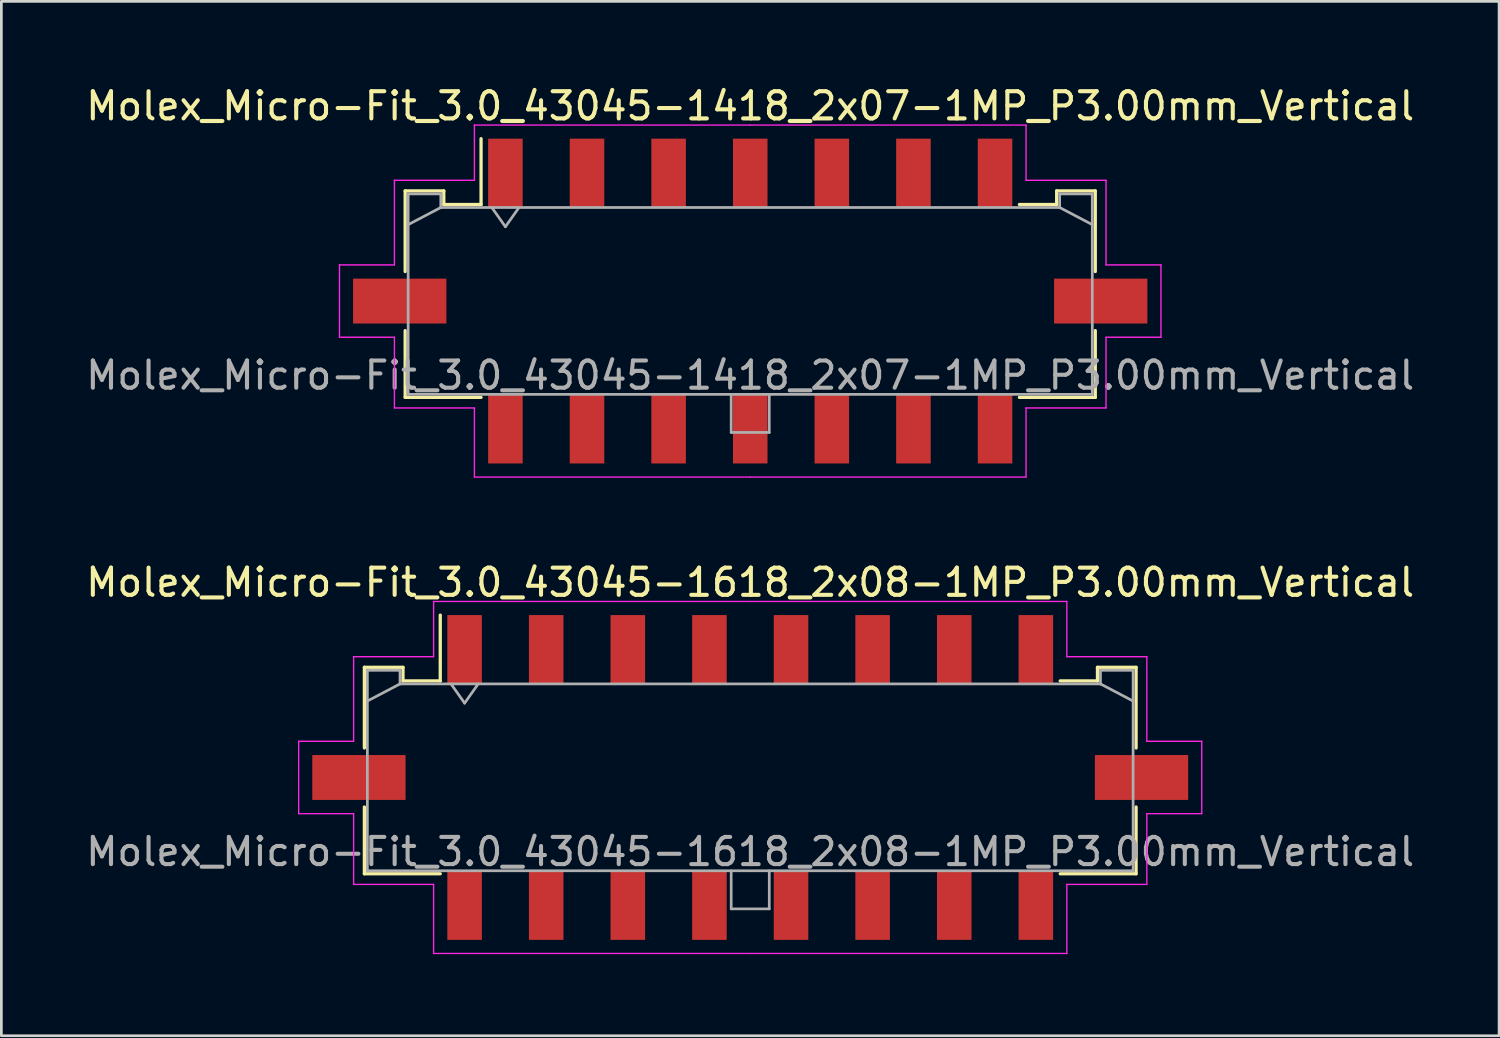
<source format=kicad_pcb>
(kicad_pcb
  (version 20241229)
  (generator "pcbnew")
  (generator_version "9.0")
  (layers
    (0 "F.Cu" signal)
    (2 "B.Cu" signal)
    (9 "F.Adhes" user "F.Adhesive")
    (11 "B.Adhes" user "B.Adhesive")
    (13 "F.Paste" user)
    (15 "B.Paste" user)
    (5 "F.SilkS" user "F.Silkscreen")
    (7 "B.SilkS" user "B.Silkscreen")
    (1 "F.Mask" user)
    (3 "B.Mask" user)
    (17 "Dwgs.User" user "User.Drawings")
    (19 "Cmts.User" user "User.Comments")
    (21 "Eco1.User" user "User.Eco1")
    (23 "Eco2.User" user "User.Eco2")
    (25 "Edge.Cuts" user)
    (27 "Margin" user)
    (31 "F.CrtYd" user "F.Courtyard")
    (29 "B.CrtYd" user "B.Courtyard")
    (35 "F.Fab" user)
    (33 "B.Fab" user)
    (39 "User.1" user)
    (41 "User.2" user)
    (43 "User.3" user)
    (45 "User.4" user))
  (footprint "Molex_Micro-Fit_3.0_43045-1418_2x07-1MP_P3.00mm_Vertical"
    (layer "F.Cu")
    (at 24.53 8.018)
    (property "Reference" "Molex_Micro-Fit_3.0_43045-1418_2x07-1MP_P3.00mm_Vertical" (at 0 -7.17 0) (layer "F.SilkS") (effects (font (size 1 1) (thickness 0.15))))
    (attr smd)
    (fp_line (start -12.685 -4.05) (end -11.265 -4.05) (stroke (width 0.12) (type solid)) (layer "F.SilkS"))
    (fp_line (start -12.685 -1.085) (end -12.685 -4.05) (stroke (width 0.12) (type solid)) (layer "F.SilkS"))
    (fp_line (start -12.685 1.085) (end -12.685 3.54) (stroke (width 0.12) (type solid)) (layer "F.SilkS"))
    (fp_line (start -12.685 3.54) (end -9.895 3.54) (stroke (width 0.12) (type solid)) (layer "F.SilkS"))
    (fp_line (start -11.265 -4.05) (end -11.265 -3.55) (stroke (width 0.12) (type solid)) (layer "F.SilkS"))
    (fp_line (start -11.265 -3.55) (end -9.895 -3.55) (stroke (width 0.12) (type solid)) (layer "F.SilkS"))
    (fp_line (start -9.895 -3.55) (end -9.895 -5.97) (stroke (width 0.12) (type solid)) (layer "F.SilkS"))
    (fp_line (start 11.265 -4.05) (end 11.265 -3.55) (stroke (width 0.12) (type solid)) (layer "F.SilkS"))
    (fp_line (start 11.265 -3.55) (end 9.895 -3.55) (stroke (width 0.12) (type solid)) (layer "F.SilkS"))
    (fp_line (start 12.685 -4.05) (end 11.265 -4.05) (stroke (width 0.12) (type solid)) (layer "F.SilkS"))
    (fp_line (start 12.685 -1.085) (end 12.685 -4.05) (stroke (width 0.12) (type solid)) (layer "F.SilkS"))
    (fp_line (start 12.685 1.085) (end 12.685 3.54) (stroke (width 0.12) (type solid)) (layer "F.SilkS"))
    (fp_line (start 12.685 3.54) (end 9.895 3.54) (stroke (width 0.12) (type solid)) (layer "F.SilkS"))
    (fp_line (start -15.1 -1.33) (end -15.1 1.33) (stroke (width 0.05) (type solid)) (layer "F.CrtYd"))
    (fp_line (start -15.1 1.33) (end -13.08 1.33) (stroke (width 0.05) (type solid)) (layer "F.CrtYd"))
    (fp_line (start -13.08 -4.44) (end -13.08 -1.33) (stroke (width 0.05) (type solid)) (layer "F.CrtYd"))
    (fp_line (start -13.08 -1.33) (end -15.1 -1.33) (stroke (width 0.05) (type solid)) (layer "F.CrtYd"))
    (fp_line (start -13.08 1.33) (end -13.08 3.93) (stroke (width 0.05) (type solid)) (layer "F.CrtYd"))
    (fp_line (start -13.08 3.93) (end -10.14 3.93) (stroke (width 0.05) (type solid)) (layer "F.CrtYd"))
    (fp_line (start -10.14 -6.47) (end -10.14 -4.44) (stroke (width 0.05) (type solid)) (layer "F.CrtYd"))
    (fp_line (start -10.14 -4.44) (end -13.08 -4.44) (stroke (width 0.05) (type solid)) (layer "F.CrtYd"))
    (fp_line (start -10.14 3.93) (end -10.14 6.47) (stroke (width 0.05) (type solid)) (layer "F.CrtYd"))
    (fp_line (start -10.14 6.47) (end 0 6.47) (stroke (width 0.05) (type solid)) (layer "F.CrtYd"))
    (fp_line (start 0 -6.47) (end -10.14 -6.47) (stroke (width 0.05) (type solid)) (layer "F.CrtYd"))
    (fp_line (start 0 -6.47) (end 10.14 -6.47) (stroke (width 0.05) (type solid)) (layer "F.CrtYd"))
    (fp_line (start 10.14 -6.47) (end 10.14 -4.44) (stroke (width 0.05) (type solid)) (layer "F.CrtYd"))
    (fp_line (start 10.14 -4.44) (end 13.08 -4.44) (stroke (width 0.05) (type solid)) (layer "F.CrtYd"))
    (fp_line (start 10.14 3.93) (end 10.14 6.47) (stroke (width 0.05) (type solid)) (layer "F.CrtYd"))
    (fp_line (start 10.14 6.47) (end 0 6.47) (stroke (width 0.05) (type solid)) (layer "F.CrtYd"))
    (fp_line (start 13.08 -4.44) (end 13.08 -1.33) (stroke (width 0.05) (type solid)) (layer "F.CrtYd"))
    (fp_line (start 13.08 -1.33) (end 15.1 -1.33) (stroke (width 0.05) (type solid)) (layer "F.CrtYd"))
    (fp_line (start 13.08 1.33) (end 13.08 3.93) (stroke (width 0.05) (type solid)) (layer "F.CrtYd"))
    (fp_line (start 13.08 3.93) (end 10.14 3.93) (stroke (width 0.05) (type solid)) (layer "F.CrtYd"))
    (fp_line (start 15.1 -1.33) (end 15.1 1.33) (stroke (width 0.05) (type solid)) (layer "F.CrtYd"))
    (fp_line (start 15.1 1.33) (end 13.08 1.33) (stroke (width 0.05) (type solid)) (layer "F.CrtYd"))
    (fp_line (start -12.575 -3.94) (end -12.575 3.43) (stroke (width 0.1) (type solid)) (layer "F.Fab"))
    (fp_line (start -12.575 -2.81) (end -11.375 -3.44) (stroke (width 0.1) (type solid)) (layer "F.Fab"))
    (fp_line (start -12.575 3.43) (end 12.575 3.43) (stroke (width 0.1) (type solid)) (layer "F.Fab"))
    (fp_line (start -11.375 -3.94) (end -12.575 -3.94) (stroke (width 0.1) (type solid)) (layer "F.Fab"))
    (fp_line (start -11.375 -3.44) (end -11.375 -3.94) (stroke (width 0.1) (type solid)) (layer "F.Fab"))
    (fp_line (start -9.5 -3.44) (end -9 -2.733) (stroke (width 0.1) (type solid)) (layer "F.Fab"))
    (fp_line (start -9 -2.733) (end -8.5 -3.44) (stroke (width 0.1) (type solid)) (layer "F.Fab"))
    (fp_line (start -0.7 3.43) (end -0.7 4.83) (stroke (width 0.1) (type solid)) (layer "F.Fab"))
    (fp_line (start -0.7 4.83) (end 0.7 4.83) (stroke (width 0.1) (type solid)) (layer "F.Fab"))
    (fp_line (start 0.7 4.83) (end 0.7 3.43) (stroke (width 0.1) (type solid)) (layer "F.Fab"))
    (fp_line (start 11.375 -3.94) (end 11.375 -3.44) (stroke (width 0.1) (type solid)) (layer "F.Fab"))
    (fp_line (start 11.375 -3.44) (end -11.375 -3.44) (stroke (width 0.1) (type solid)) (layer "F.Fab"))
    (fp_line (start 12.575 -3.94) (end 11.375 -3.94) (stroke (width 0.1) (type solid)) (layer "F.Fab"))
    (fp_line (start 12.575 -2.81) (end 11.375 -3.44) (stroke (width 0.1) (type solid)) (layer "F.Fab"))
    (fp_line (start 12.575 3.43) (end 12.575 -3.94) (stroke (width 0.1) (type solid)) (layer "F.Fab"))
    (fp_text user "${REFERENCE}" (at 0 2.73 0) (layer "F.Fab") (effects (font (size 1 1) (thickness 0.15))))
    (pad "1" smd rect (at -9 -4.7) (size 1.27 2.54) (layers "F.Cu" "F.Mask" "F.Paste"))
    (pad "2" smd rect (at -6 -4.7) (size 1.27 2.54) (layers "F.Cu" "F.Mask" "F.Paste"))
    (pad "3" smd rect (at -3 -4.7) (size 1.27 2.54) (layers "F.Cu" "F.Mask" "F.Paste"))
    (pad "4" smd rect (at 0 -4.7) (size 1.27 2.54) (layers "F.Cu" "F.Mask" "F.Paste"))
    (pad "5" smd rect (at 3 -4.7) (size 1.27 2.54) (layers "F.Cu" "F.Mask" "F.Paste"))
    (pad "6" smd rect (at 6 -4.7) (size 1.27 2.54) (layers "F.Cu" "F.Mask" "F.Paste"))
    (pad "7" smd rect (at 9 -4.7) (size 1.27 2.54) (layers "F.Cu" "F.Mask" "F.Paste"))
    (pad "8" smd rect (at -9 4.7) (size 1.27 2.54) (layers "F.Cu" "F.Mask" "F.Paste"))
    (pad "9" smd rect (at -6 4.7) (size 1.27 2.54) (layers "F.Cu" "F.Mask" "F.Paste"))
    (pad "10" smd rect (at -3 4.7) (size 1.27 2.54) (layers "F.Cu" "F.Mask" "F.Paste"))
    (pad "11" smd rect (at 0 4.7) (size 1.27 2.54) (layers "F.Cu" "F.Mask" "F.Paste"))
    (pad "12" smd rect (at 3 4.7) (size 1.27 2.54) (layers "F.Cu" "F.Mask" "F.Paste"))
    (pad "13" smd rect (at 6 4.7) (size 1.27 2.54) (layers "F.Cu" "F.Mask" "F.Paste"))
    (pad "14" smd rect (at 9 4.7) (size 1.27 2.54) (layers "F.Cu" "F.Mask" "F.Paste"))
    (pad "MP" smd rect (at -12.885 0) (size 3.43 1.65) (layers "F.Cu" "F.Mask" "F.Paste"))
    (pad "MP" smd rect (at 12.885 0) (size 3.43 1.65) (layers "F.Cu" "F.Mask" "F.Paste")))
  (footprint "Molex_Micro-Fit_3.0_43045-1618_2x08-1MP_P3.00mm_Vertical"
    (layer "F.Cu")
    (at 24.53 25.532)
    (property "Reference" "Molex_Micro-Fit_3.0_43045-1618_2x08-1MP_P3.00mm_Vertical" (at 0 -7.17 0) (layer "F.SilkS") (effects (font (size 1 1) (thickness 0.15))))
    (attr smd)
    (fp_line (start -14.185 -4.05) (end -12.765 -4.05) (stroke (width 0.12) (type solid)) (layer "F.SilkS"))
    (fp_line (start -14.185 -1.085) (end -14.185 -4.05) (stroke (width 0.12) (type solid)) (layer "F.SilkS"))
    (fp_line (start -14.185 1.085) (end -14.185 3.54) (stroke (width 0.12) (type solid)) (layer "F.SilkS"))
    (fp_line (start -14.185 3.54) (end -11.395 3.54) (stroke (width 0.12) (type solid)) (layer "F.SilkS"))
    (fp_line (start -12.765 -4.05) (end -12.765 -3.55) (stroke (width 0.12) (type solid)) (layer "F.SilkS"))
    (fp_line (start -12.765 -3.55) (end -11.395 -3.55) (stroke (width 0.12) (type solid)) (layer "F.SilkS"))
    (fp_line (start -11.395 -3.55) (end -11.395 -5.97) (stroke (width 0.12) (type solid)) (layer "F.SilkS"))
    (fp_line (start 12.765 -4.05) (end 12.765 -3.55) (stroke (width 0.12) (type solid)) (layer "F.SilkS"))
    (fp_line (start 12.765 -3.55) (end 11.395 -3.55) (stroke (width 0.12) (type solid)) (layer "F.SilkS"))
    (fp_line (start 14.185 -4.05) (end 12.765 -4.05) (stroke (width 0.12) (type solid)) (layer "F.SilkS"))
    (fp_line (start 14.185 -1.085) (end 14.185 -4.05) (stroke (width 0.12) (type solid)) (layer "F.SilkS"))
    (fp_line (start 14.185 1.085) (end 14.185 3.54) (stroke (width 0.12) (type solid)) (layer "F.SilkS"))
    (fp_line (start 14.185 3.54) (end 11.395 3.54) (stroke (width 0.12) (type solid)) (layer "F.SilkS"))
    (fp_line (start -16.6 -1.33) (end -16.6 1.33) (stroke (width 0.05) (type solid)) (layer "F.CrtYd"))
    (fp_line (start -16.6 1.33) (end -14.58 1.33) (stroke (width 0.05) (type solid)) (layer "F.CrtYd"))
    (fp_line (start -14.58 -4.44) (end -14.58 -1.33) (stroke (width 0.05) (type solid)) (layer "F.CrtYd"))
    (fp_line (start -14.58 -1.33) (end -16.6 -1.33) (stroke (width 0.05) (type solid)) (layer "F.CrtYd"))
    (fp_line (start -14.58 1.33) (end -14.58 3.93) (stroke (width 0.05) (type solid)) (layer "F.CrtYd"))
    (fp_line (start -14.58 3.93) (end -11.64 3.93) (stroke (width 0.05) (type solid)) (layer "F.CrtYd"))
    (fp_line (start -11.64 -6.47) (end -11.64 -4.44) (stroke (width 0.05) (type solid)) (layer "F.CrtYd"))
    (fp_line (start -11.64 -4.44) (end -14.58 -4.44) (stroke (width 0.05) (type solid)) (layer "F.CrtYd"))
    (fp_line (start -11.64 3.93) (end -11.64 6.47) (stroke (width 0.05) (type solid)) (layer "F.CrtYd"))
    (fp_line (start -11.64 6.47) (end 0 6.47) (stroke (width 0.05) (type solid)) (layer "F.CrtYd"))
    (fp_line (start 0 -6.47) (end -11.64 -6.47) (stroke (width 0.05) (type solid)) (layer "F.CrtYd"))
    (fp_line (start 0 -6.47) (end 11.64 -6.47) (stroke (width 0.05) (type solid)) (layer "F.CrtYd"))
    (fp_line (start 11.64 -6.47) (end 11.64 -4.44) (stroke (width 0.05) (type solid)) (layer "F.CrtYd"))
    (fp_line (start 11.64 -4.44) (end 14.58 -4.44) (stroke (width 0.05) (type solid)) (layer "F.CrtYd"))
    (fp_line (start 11.64 3.93) (end 11.64 6.47) (stroke (width 0.05) (type solid)) (layer "F.CrtYd"))
    (fp_line (start 11.64 6.47) (end 0 6.47) (stroke (width 0.05) (type solid)) (layer "F.CrtYd"))
    (fp_line (start 14.58 -4.44) (end 14.58 -1.33) (stroke (width 0.05) (type solid)) (layer "F.CrtYd"))
    (fp_line (start 14.58 -1.33) (end 16.6 -1.33) (stroke (width 0.05) (type solid)) (layer "F.CrtYd"))
    (fp_line (start 14.58 1.33) (end 14.58 3.93) (stroke (width 0.05) (type solid)) (layer "F.CrtYd"))
    (fp_line (start 14.58 3.93) (end 11.64 3.93) (stroke (width 0.05) (type solid)) (layer "F.CrtYd"))
    (fp_line (start 16.6 -1.33) (end 16.6 1.33) (stroke (width 0.05) (type solid)) (layer "F.CrtYd"))
    (fp_line (start 16.6 1.33) (end 14.58 1.33) (stroke (width 0.05) (type solid)) (layer "F.CrtYd"))
    (fp_line (start -14.075 -3.94) (end -14.075 3.43) (stroke (width 0.1) (type solid)) (layer "F.Fab"))
    (fp_line (start -14.075 -2.81) (end -12.875 -3.44) (stroke (width 0.1) (type solid)) (layer "F.Fab"))
    (fp_line (start -14.075 3.43) (end 14.075 3.43) (stroke (width 0.1) (type solid)) (layer "F.Fab"))
    (fp_line (start -12.875 -3.94) (end -14.075 -3.94) (stroke (width 0.1) (type solid)) (layer "F.Fab"))
    (fp_line (start -12.875 -3.44) (end -12.875 -3.94) (stroke (width 0.1) (type solid)) (layer "F.Fab"))
    (fp_line (start -11 -3.44) (end -10.5 -2.733) (stroke (width 0.1) (type solid)) (layer "F.Fab"))
    (fp_line (start -10.5 -2.733) (end -10 -3.44) (stroke (width 0.1) (type solid)) (layer "F.Fab"))
    (fp_line (start -0.7 3.43) (end -0.7 4.83) (stroke (width 0.1) (type solid)) (layer "F.Fab"))
    (fp_line (start -0.7 4.83) (end 0.7 4.83) (stroke (width 0.1) (type solid)) (layer "F.Fab"))
    (fp_line (start 0.7 4.83) (end 0.7 3.43) (stroke (width 0.1) (type solid)) (layer "F.Fab"))
    (fp_line (start 12.875 -3.94) (end 12.875 -3.44) (stroke (width 0.1) (type solid)) (layer "F.Fab"))
    (fp_line (start 12.875 -3.44) (end -12.875 -3.44) (stroke (width 0.1) (type solid)) (layer "F.Fab"))
    (fp_line (start 14.075 -3.94) (end 12.875 -3.94) (stroke (width 0.1) (type solid)) (layer "F.Fab"))
    (fp_line (start 14.075 -2.81) (end 12.875 -3.44) (stroke (width 0.1) (type solid)) (layer "F.Fab"))
    (fp_line (start 14.075 3.43) (end 14.075 -3.94) (stroke (width 0.1) (type solid)) (layer "F.Fab"))
    (fp_text user "${REFERENCE}" (at 0 2.73 0) (layer "F.Fab") (effects (font (size 1 1) (thickness 0.15))))
    (pad "1" smd rect (at -10.5 -4.7) (size 1.27 2.54) (layers "F.Cu" "F.Mask" "F.Paste"))
    (pad "2" smd rect (at -7.5 -4.7) (size 1.27 2.54) (layers "F.Cu" "F.Mask" "F.Paste"))
    (pad "3" smd rect (at -4.5 -4.7) (size 1.27 2.54) (layers "F.Cu" "F.Mask" "F.Paste"))
    (pad "4" smd rect (at -1.5 -4.7) (size 1.27 2.54) (layers "F.Cu" "F.Mask" "F.Paste"))
    (pad "5" smd rect (at 1.5 -4.7) (size 1.27 2.54) (layers "F.Cu" "F.Mask" "F.Paste"))
    (pad "6" smd rect (at 4.5 -4.7) (size 1.27 2.54) (layers "F.Cu" "F.Mask" "F.Paste"))
    (pad "7" smd rect (at 7.5 -4.7) (size 1.27 2.54) (layers "F.Cu" "F.Mask" "F.Paste"))
    (pad "8" smd rect (at 10.5 -4.7) (size 1.27 2.54) (layers "F.Cu" "F.Mask" "F.Paste"))
    (pad "9" smd rect (at -10.5 4.7) (size 1.27 2.54) (layers "F.Cu" "F.Mask" "F.Paste"))
    (pad "10" smd rect (at -7.5 4.7) (size 1.27 2.54) (layers "F.Cu" "F.Mask" "F.Paste"))
    (pad "11" smd rect (at -4.5 4.7) (size 1.27 2.54) (layers "F.Cu" "F.Mask" "F.Paste"))
    (pad "12" smd rect (at -1.5 4.7) (size 1.27 2.54) (layers "F.Cu" "F.Mask" "F.Paste"))
    (pad "13" smd rect (at 1.5 4.7) (size 1.27 2.54) (layers "F.Cu" "F.Mask" "F.Paste"))
    (pad "14" smd rect (at 4.5 4.7) (size 1.27 2.54) (layers "F.Cu" "F.Mask" "F.Paste"))
    (pad "15" smd rect (at 7.5 4.7) (size 1.27 2.54) (layers "F.Cu" "F.Mask" "F.Paste"))
    (pad "16" smd rect (at 10.5 4.7) (size 1.27 2.54) (layers "F.Cu" "F.Mask" "F.Paste"))
    (pad "MP" smd rect (at -14.385 0) (size 3.43 1.65) (layers "F.Cu" "F.Mask" "F.Paste"))
    (pad "MP" smd rect (at 14.385 0) (size 3.43 1.65) (layers "F.Cu" "F.Mask" "F.Paste")))
  (gr_rect
    (start -3 -3)
    (end 52.06 35.026)
    (stroke (width 0.1) (type default))
    (fill no)
    (layer "Edge.Cuts")))
</source>
